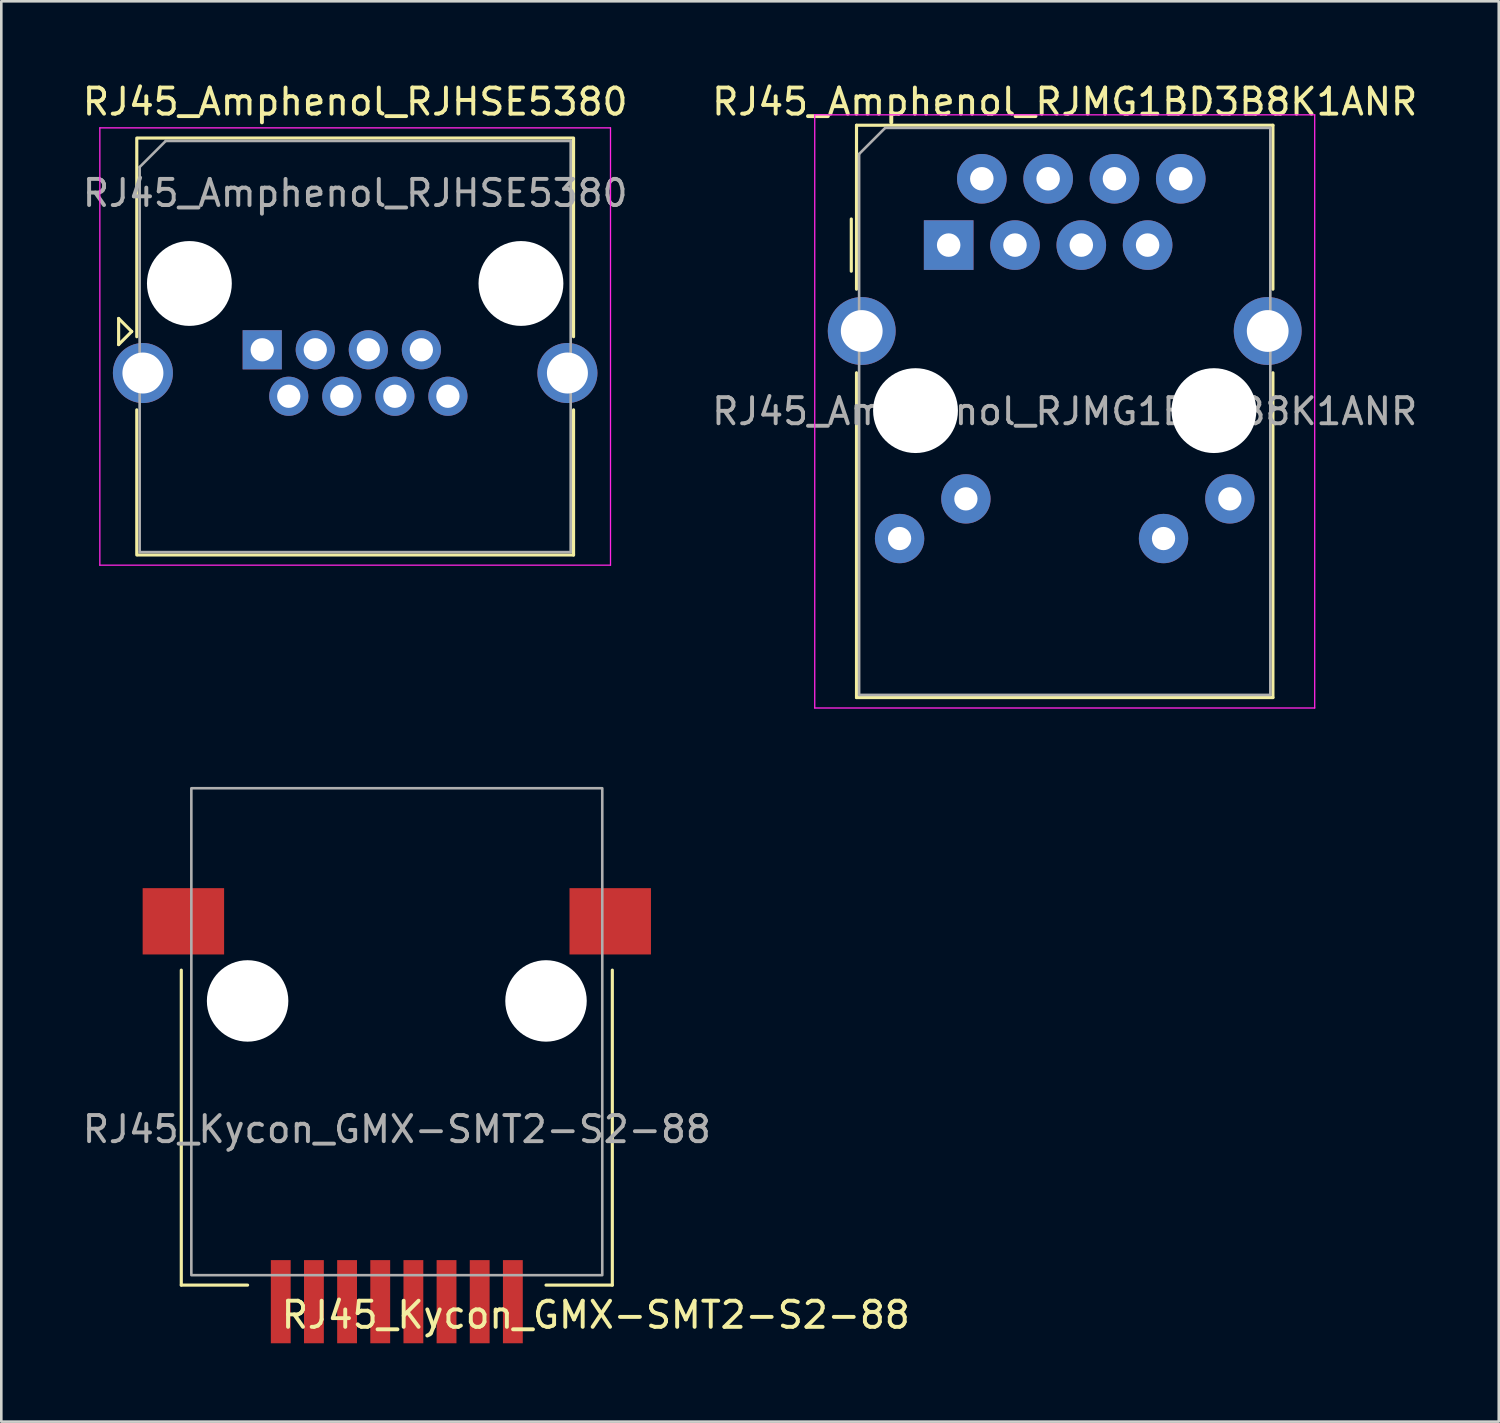
<source format=kicad_pcb>
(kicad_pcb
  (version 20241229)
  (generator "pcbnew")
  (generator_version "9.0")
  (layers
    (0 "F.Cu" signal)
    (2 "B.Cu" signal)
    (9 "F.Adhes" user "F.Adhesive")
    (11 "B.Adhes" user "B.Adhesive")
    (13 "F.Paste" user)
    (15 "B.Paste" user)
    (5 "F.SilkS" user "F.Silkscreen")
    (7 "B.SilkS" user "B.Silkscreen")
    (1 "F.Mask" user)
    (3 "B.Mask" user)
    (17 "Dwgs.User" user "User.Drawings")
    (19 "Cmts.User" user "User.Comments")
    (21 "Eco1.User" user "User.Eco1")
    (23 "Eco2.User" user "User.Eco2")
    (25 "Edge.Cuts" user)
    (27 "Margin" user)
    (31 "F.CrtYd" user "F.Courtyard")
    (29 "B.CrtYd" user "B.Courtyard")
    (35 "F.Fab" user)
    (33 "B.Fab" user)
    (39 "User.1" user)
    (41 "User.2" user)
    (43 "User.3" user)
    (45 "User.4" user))
  (footprint "RJ45_Amphenol_RJMG1BD3B8K1ANR"
    (layer "F.Cu")
    (at 33.287 6.338)
    (property "Reference" "RJ45_Amphenol_RJMG1BD3B8K1ANR" (at 4.445 -5.49 0) (layer "F.SilkS") (effects (font (size 1 1) (thickness 0.15))))
    (attr through_hole)
    (fp_line (start -3.73 -1) (end -3.73 1) (stroke (width 0.12) (type solid)) (layer "F.SilkS"))
    (fp_line (start -3.53 -4.59) (end 12.42 -4.59) (stroke (width 0.12) (type solid)) (layer "F.SilkS"))
    (fp_line (start -3.53 1.69) (end -3.53 -4.59) (stroke (width 0.12) (type solid)) (layer "F.SilkS"))
    (fp_line (start -3.53 17.33) (end -3.53 4.89) (stroke (width 0.12) (type solid)) (layer "F.SilkS"))
    (fp_line (start 12.42 -4.59) (end 12.42 1.69) (stroke (width 0.12) (type solid)) (layer "F.SilkS"))
    (fp_line (start 12.42 4.89) (end 12.42 17.33) (stroke (width 0.12) (type solid)) (layer "F.SilkS"))
    (fp_line (start 12.42 17.33) (end -3.53 17.33) (stroke (width 0.12) (type solid)) (layer "F.SilkS"))
    (fp_line (start -5.13 -4.99) (end -5.13 17.73) (stroke (width 0.05) (type solid)) (layer "F.CrtYd"))
    (fp_line (start -5.13 17.73) (end 14.02 17.73) (stroke (width 0.05) (type solid)) (layer "F.CrtYd"))
    (fp_line (start 14.02 -4.99) (end -5.13 -4.99) (stroke (width 0.05) (type solid)) (layer "F.CrtYd"))
    (fp_line (start 14.02 17.73) (end 14.02 -4.99) (stroke (width 0.05) (type solid)) (layer "F.CrtYd"))
    (fp_line (start -3.43 -3.49) (end -2.43 -4.49) (stroke (width 0.1) (type solid)) (layer "F.Fab"))
    (fp_line (start -3.43 17.23) (end -3.43 -3.49) (stroke (width 0.1) (type solid)) (layer "F.Fab"))
    (fp_line (start -2.43 -4.49) (end 12.32 -4.49) (stroke (width 0.1) (type solid)) (layer "F.Fab"))
    (fp_line (start 12.32 -4.49) (end 12.32 17.23) (stroke (width 0.1) (type solid)) (layer "F.Fab"))
    (fp_line (start 12.32 17.23) (end -3.43 17.23) (stroke (width 0.1) (type solid)) (layer "F.Fab"))
    (fp_text user "${REFERENCE}" (at 4.445 6.37 0) (layer "F.Fab") (effects (font (size 1 1) (thickness 0.15))))
    (pad "" np_thru_hole circle (at -1.27 6.34) (size 3.25 3.25) (drill 3.25) (layers "*.Cu" "*.Mask"))
    (pad "" np_thru_hole circle (at 10.16 6.34) (size 3.25 3.25) (drill 3.25) (layers "*.Cu" "*.Mask"))
    (pad "13" thru_hole circle (at -3.33 3.29) (size 2.6 2.6) (drill 1.6) (layers "*.Cu" "*.Mask"))
    (pad "13" thru_hole circle (at 12.22 3.29) (size 2.6 2.6) (drill 1.6) (layers "*.Cu" "*.Mask"))
    (pad "L1" thru_hole circle (at 10.77 9.72) (size 1.89 1.89) (drill 0.89) (layers "*.Cu" "*.Mask"))
    (pad "L2" thru_hole circle (at 8.23 11.24) (size 1.89 1.89) (drill 0.89) (layers "*.Cu" "*.Mask"))
    (pad "L3" thru_hole circle (at 0.66 9.72) (size 1.89 1.89) (drill 0.89) (layers "*.Cu" "*.Mask"))
    (pad "L4" thru_hole circle (at -1.88 11.24) (size 1.89 1.89) (drill 0.89) (layers "*.Cu" "*.Mask"))
    (pad "R1" thru_hole rect (at 0 0) (size 1.9 1.9) (drill 0.9) (layers "*.Cu" "*.Mask"))
    (pad "R2" thru_hole circle (at 1.27 -2.54) (size 1.9 1.9) (drill 0.9) (layers "*.Cu" "*.Mask"))
    (pad "R3" thru_hole circle (at 2.54 0) (size 1.9 1.9) (drill 0.9) (layers "*.Cu" "*.Mask"))
    (pad "R4" thru_hole circle (at 3.81 -2.54) (size 1.9 1.9) (drill 0.9) (layers "*.Cu" "*.Mask"))
    (pad "R5" thru_hole circle (at 5.08 0) (size 1.9 1.9) (drill 0.9) (layers "*.Cu" "*.Mask"))
    (pad "R6" thru_hole circle (at 6.35 -2.54) (size 1.9 1.9) (drill 0.9) (layers "*.Cu" "*.Mask"))
    (pad "R7" thru_hole circle (at 7.62 0) (size 1.9 1.9) (drill 0.9) (layers "*.Cu" "*.Mask"))
    (pad "R8" thru_hole circle (at 8.89 -2.54) (size 1.9 1.9) (drill 0.9) (layers "*.Cu" "*.Mask")))
  (footprint "RJ45_Kycon_GMX-SMT2-S2-88"
    (layer "F.Cu")
    (at 12.149 46.809)
    (property "Reference" "RJ45_Kycon_GMX-SMT2-S2-88" (at 7.62 0.508 0) (unlocked yes) (layer "F.SilkS") (effects (font (size 1 1) (thickness 0.15))))
    (attr smd)
    (fp_line (start -8.255 -12.7) (end -8.255 -0.635) (stroke (width 0.12) (type default)) (layer "F.SilkS"))
    (fp_line (start -8.255 -0.635) (end -5.715 -0.635) (stroke (width 0.12) (type default)) (layer "F.SilkS"))
    (fp_line (start 8.255 -12.7) (end 8.255 -0.635) (stroke (width 0.12) (type default)) (layer "F.SilkS"))
    (fp_line (start 8.255 -0.635) (end 5.715 -0.635) (stroke (width 0.12) (type default)) (layer "F.SilkS"))
    (fp_rect (start -7.87 -19.666) (end 7.87 -1.016) (stroke (width 0.1) (type default)) (fill no) (layer "F.Fab"))
    (fp_text user "${REFERENCE}" (at 0 -6.604 0) (unlocked yes) (layer "F.Fab") (effects (font (size 1 1) (thickness 0.15))))
    (pad "" np_thru_hole circle (at -5.715 -11.52) (size 3.12 3.12) (drill 3.3) (layers "*.Cu" "*.Mask"))
    (pad "" np_thru_hole circle (at 5.715 -11.52) (size 3.12 3.12) (drill 3.3) (layers "*.Cu" "*.Mask"))
    (pad "1" smd rect (at 4.445 0) (size 0.76 3.185) (layers "F.Cu" "F.Mask" "F.Paste"))
    (pad "2" smd rect (at 3.175 0) (size 0.76 3.185) (layers "F.Cu" "F.Mask" "F.Paste"))
    (pad "3" smd rect (at 1.905 0) (size 0.76 3.185) (layers "F.Cu" "F.Mask" "F.Paste"))
    (pad "4" smd rect (at 0.635 0) (size 0.76 3.185) (layers "F.Cu" "F.Mask" "F.Paste"))
    (pad "5" smd rect (at -0.635 0) (size 0.76 3.185) (layers "F.Cu" "F.Mask" "F.Paste"))
    (pad "6" smd rect (at -1.905 0) (size 0.76 3.185) (layers "F.Cu" "F.Mask" "F.Paste"))
    (pad "7" smd rect (at -3.175 0) (size 0.76 3.185) (layers "F.Cu" "F.Mask" "F.Paste"))
    (pad "8" smd rect (at -4.445 0) (size 0.76 3.185) (layers "F.Cu" "F.Mask" "F.Paste"))
    (pad "9" smd rect (at -8.175 -14.57) (size 3.12 2.54) (layers "F.Cu" "F.Mask" "F.Paste"))
    (pad "9" smd rect (at 8.175 -14.57) (size 3.12 2.54) (layers "F.Cu" "F.Mask" "F.Paste")))
  (footprint "RJ45_Amphenol_RJHSE5380"
    (layer "F.Cu")
    (at 6.994 10.348)
    (property "Reference" "RJ45_Amphenol_RJHSE5380" (at 3.56 -9.5 0) (layer "F.SilkS") (effects (font (size 1 1) (thickness 0.15))))
    (attr through_hole)
    (fp_line (start -5.5 -1.2) (end -5 -0.7) (stroke (width 0.12) (type solid)) (layer "F.SilkS"))
    (fp_line (start -5.5 -0.2) (end -5.5 -1.2) (stroke (width 0.12) (type solid)) (layer "F.SilkS"))
    (fp_line (start -5 -0.7) (end -5.5 -0.2) (stroke (width 0.12) (type solid)) (layer "F.SilkS"))
    (fp_line (start -4.805 -8.11) (end -4.805 -0.5) (stroke (width 0.12) (type solid)) (layer "F.SilkS"))
    (fp_line (start -4.805 7.86) (end -4.805 2.3) (stroke (width 0.12) (type solid)) (layer "F.SilkS"))
    (fp_line (start -4.76 -8.11) (end 11.88 -8.11) (stroke (width 0.12) (type solid)) (layer "F.SilkS"))
    (fp_line (start -4.76 7.86) (end 11.925 7.86) (stroke (width 0.12) (type solid)) (layer "F.SilkS"))
    (fp_line (start 11.925 -8.11) (end 11.925 -0.5) (stroke (width 0.12) (type solid)) (layer "F.SilkS"))
    (fp_line (start 11.925 7.86) (end 11.925 2.3) (stroke (width 0.12) (type solid)) (layer "F.SilkS"))
    (fp_line (start -6.22 -8.5) (end -6.22 8.25) (stroke (width 0.05) (type solid)) (layer "F.CrtYd"))
    (fp_line (start -6.22 -8.5) (end 13.34 -8.5) (stroke (width 0.05) (type solid)) (layer "F.CrtYd"))
    (fp_line (start -6.22 8.25) (end 13.34 8.25) (stroke (width 0.05) (type solid)) (layer "F.CrtYd"))
    (fp_line (start 13.34 -8.5) (end 13.34 8.25) (stroke (width 0.05) (type solid)) (layer "F.CrtYd"))
    (fp_line (start -4.695 -7) (end -4.695 7.75) (stroke (width 0.1) (type solid)) (layer "F.Fab"))
    (fp_line (start -4.695 -7) (end -3.695 -8) (stroke (width 0.1) (type solid)) (layer "F.Fab"))
    (fp_line (start -4.695 7.75) (end 11.815 7.75) (stroke (width 0.1) (type solid)) (layer "F.Fab"))
    (fp_line (start -3.695 -8) (end 11.815 -8) (stroke (width 0.1) (type solid)) (layer "F.Fab"))
    (fp_line (start 11.815 -8) (end 11.815 7.75) (stroke (width 0.1) (type solid)) (layer "F.Fab"))
    (fp_text user "${REFERENCE}" (at 3.56 -6 0) (layer "F.Fab") (effects (font (size 1 1) (thickness 0.15))))
    (pad "" np_thru_hole circle (at -2.79 -2.54) (size 3.25 3.25) (drill 3.25) (layers "*.Cu" "*.Mask"))
    (pad "" np_thru_hole circle (at 9.91 -2.54) (size 3.25 3.25) (drill 3.25) (layers "*.Cu" "*.Mask"))
    (pad "1" thru_hole rect (at 0 0) (size 1.5 1.5) (drill 0.89) (layers "*.Cu" "*.Mask"))
    (pad "2" thru_hole circle (at 1.016 1.78) (size 1.5 1.5) (drill 0.89) (layers "*.Cu" "*.Mask"))
    (pad "3" thru_hole circle (at 2.032 0) (size 1.5 1.5) (drill 0.89) (layers "*.Cu" "*.Mask"))
    (pad "4" thru_hole circle (at 3.048 1.78) (size 1.5 1.5) (drill 0.89) (layers "*.Cu" "*.Mask"))
    (pad "5" thru_hole circle (at 4.064 0) (size 1.5 1.5) (drill 0.89) (layers "*.Cu" "*.Mask"))
    (pad "6" thru_hole circle (at 5.08 1.78) (size 1.5 1.5) (drill 0.89) (layers "*.Cu" "*.Mask"))
    (pad "7" thru_hole circle (at 6.096 0) (size 1.5 1.5) (drill 0.89) (layers "*.Cu" "*.Mask"))
    (pad "8" thru_hole circle (at 7.112 1.78) (size 1.5 1.5) (drill 0.89) (layers "*.Cu" "*.Mask"))
    (pad "SH" thru_hole circle (at -4.57 0.89) (size 2.3 2.3) (drill 1.57) (layers "*.Cu" "*.Mask"))
    (pad "SH" thru_hole circle (at 11.69 0.89) (size 2.3 2.3) (drill 1.57) (layers "*.Cu" "*.Mask")))
  (gr_rect
    (start -3 -3)
    (end 54.357 51.402)
    (stroke (width 0.1) (type default))
    (fill no)
    (layer "Edge.Cuts")))
</source>
